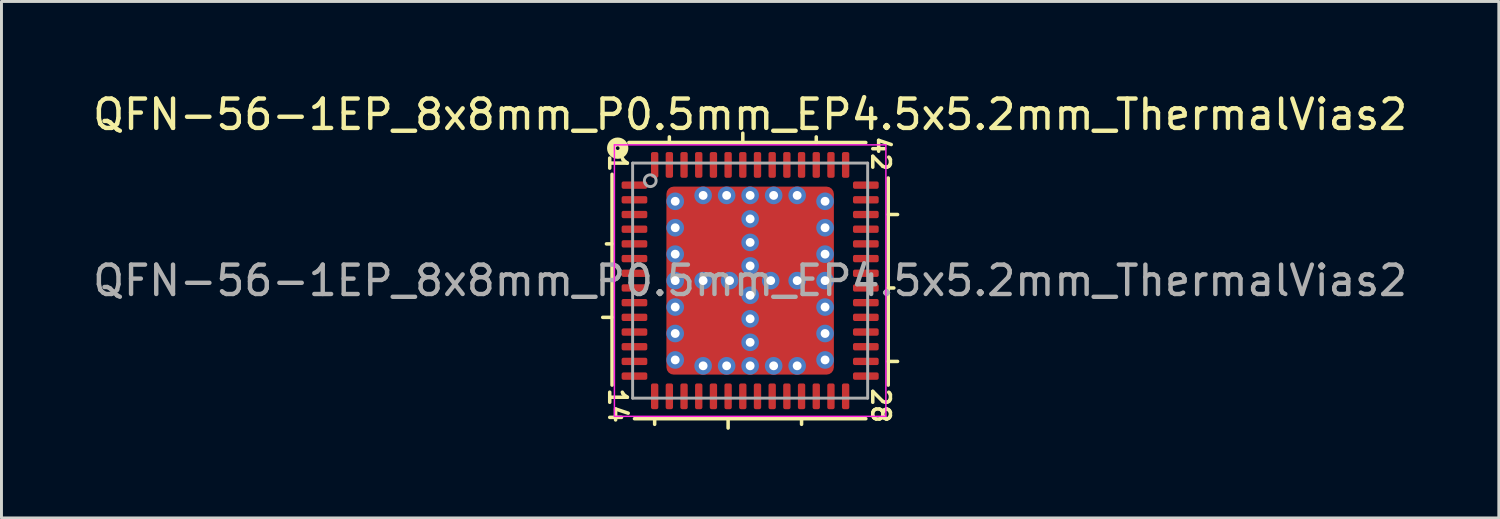
<source format=kicad_pcb>
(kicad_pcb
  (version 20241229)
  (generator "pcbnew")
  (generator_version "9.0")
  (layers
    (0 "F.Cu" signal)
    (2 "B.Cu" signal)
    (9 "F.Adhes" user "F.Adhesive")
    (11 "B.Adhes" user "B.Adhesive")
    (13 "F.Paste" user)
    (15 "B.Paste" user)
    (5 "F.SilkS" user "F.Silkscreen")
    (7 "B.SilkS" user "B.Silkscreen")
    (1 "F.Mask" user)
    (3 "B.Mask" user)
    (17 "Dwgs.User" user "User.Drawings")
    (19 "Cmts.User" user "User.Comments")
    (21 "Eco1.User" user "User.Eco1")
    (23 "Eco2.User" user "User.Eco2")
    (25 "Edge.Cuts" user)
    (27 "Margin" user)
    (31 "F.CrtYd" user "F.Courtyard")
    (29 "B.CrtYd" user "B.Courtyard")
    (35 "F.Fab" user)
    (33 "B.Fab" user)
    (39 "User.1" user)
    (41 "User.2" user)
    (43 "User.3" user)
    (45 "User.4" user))
  (footprint "QFN-56-1EP_8x8mm_P0.5mm_EP4.5x5.2mm_ThermalVias2"
    (layer "F.Cu")
    (at 22.482 6.501)
    (property "Reference" "QFN-56-1EP_8x8mm_P0.5mm_EP4.5x5.2mm_ThermalVias2" (at 0 -5.652 0) (layer "F.SilkS") (effects (font (size 1 1) (thickness 0.15))))
    (attr smd)
    (fp_line (start -4.7 -3.619) (end -4.7 3.556) (stroke (width 0.12) (type solid)) (layer "F.SilkS"))
    (fp_line (start -4.7 -1.25) (end -4.891 -1.25) (stroke (width 0.12) (type solid)) (layer "F.SilkS"))
    (fp_line (start -4.7 1.25) (end -5.018 1.25) (stroke (width 0.12) (type solid)) (layer "F.SilkS"))
    (fp_line (start -3.937 4.7) (end 3.937 4.7) (stroke (width 0.12) (type solid)) (layer "F.SilkS"))
    (fp_line (start -3.25 4.891) (end -3.25 4.7) (stroke (width 0.12) (type solid)) (layer "F.SilkS"))
    (fp_line (start -2.75 -4.7) (end -2.75 -4.891) (stroke (width 0.12) (type solid)) (layer "F.SilkS"))
    (fp_line (start -0.75 5.018) (end -0.75 4.7) (stroke (width 0.12) (type solid)) (layer "F.SilkS"))
    (fp_line (start -0.25 -4.7) (end -0.25 -5.018) (stroke (width 0.12) (type solid)) (layer "F.SilkS"))
    (fp_line (start 1.75 4.891) (end 1.75 4.7) (stroke (width 0.12) (type solid)) (layer "F.SilkS"))
    (fp_line (start 2.25 -4.7) (end 2.25 -4.891) (stroke (width 0.12) (type solid)) (layer "F.SilkS"))
    (fp_line (start 3.937 -4.7) (end -4.128 -4.7) (stroke (width 0.12) (type solid)) (layer "F.SilkS"))
    (fp_line (start 4.7 -2.25) (end 5.018 -2.25) (stroke (width 0.12) (type solid)) (layer "F.SilkS"))
    (fp_line (start 4.7 0.25) (end 4.891 0.25) (stroke (width 0.12) (type solid)) (layer "F.SilkS"))
    (fp_line (start 4.7 2.75) (end 5.018 2.75) (stroke (width 0.12) (type solid)) (layer "F.SilkS"))
    (fp_line (start 4.7 3.556) (end 4.7 -3.493) (stroke (width 0.12) (type solid)) (layer "F.SilkS"))
    (fp_circle (center -4.508 -4.508) (end -4.445 -4.508) (stroke (width 0.3) (type solid)) (fill no) (layer "F.SilkS"))
    (fp_line (start -4.62 -4.62) (end -4.62 4.62) (stroke (width 0.05) (type solid)) (layer "F.CrtYd"))
    (fp_line (start -4.62 4.62) (end 4.62 4.62) (stroke (width 0.05) (type solid)) (layer "F.CrtYd"))
    (fp_line (start 4.62 -4.62) (end -4.62 -4.62) (stroke (width 0.05) (type solid)) (layer "F.CrtYd"))
    (fp_line (start 4.62 4.62) (end 4.62 -4.62) (stroke (width 0.05) (type solid)) (layer "F.CrtYd"))
    (fp_line (start -4 -4) (end 4 -4) (stroke (width 0.1) (type solid)) (layer "F.Fab"))
    (fp_line (start -4 4) (end -4 -4) (stroke (width 0.1) (type solid)) (layer "F.Fab"))
    (fp_line (start 4 -4) (end 4 4) (stroke (width 0.1) (type solid)) (layer "F.Fab"))
    (fp_line (start 4 4) (end -4 4) (stroke (width 0.1) (type solid)) (layer "F.Fab"))
    (fp_circle (center -3.4 -3.4) (end -3.2 -3.4) (stroke (width 0.1) (type solid)) (fill no) (layer "F.Fab"))
    (fp_text user "1" (at -4.508 -4 270) (unlocked yes) (layer "F.SilkS") (effects (font (size 0.6 0.6) (thickness 0.12))))
    (fp_text user "14" (at -4.508 4.255 270) (unlocked yes) (layer "F.SilkS") (effects (font (size 0.6 0.6) (thickness 0.12))))
    (fp_text user "42" (at 4.445 -4.318 270) (unlocked yes) (layer "F.SilkS") (effects (font (size 0.6 0.6) (thickness 0.12))))
    (fp_text user "28" (at 4.445 4.255 270) (unlocked yes) (layer "F.SilkS") (effects (font (size 0.6 0.6) (thickness 0.12))))
    (fp_text user "${REFERENCE}" (at 0 0 0) (layer "F.Fab") (effects (font (size 1 1) (thickness 0.15))))
    (pad "" smd roundrect (at -1.75 -2) (size 0.7 0.9) (layers "F.Paste") (roundrect_rratio 0.25))
    (pad "" smd roundrect (at -1.75 -0.875) (size 0.7 0.85) (layers "F.Paste") (roundrect_rratio 0.25))
    (pad "" smd roundrect (at -1.75 0.9) (size 0.7 0.9) (layers "F.Paste") (roundrect_rratio 0.25))
    (pad "" smd roundrect (at -1.75 2.025) (size 0.7 0.85) (layers "F.Paste") (roundrect_rratio 0.25))
    (pad "" smd roundrect (at -1.275 -1.45 270) (size 2.3 1.95) (layers "F.Mask") (roundrect_rratio 0.128))
    (pad "" smd roundrect (at -1.275 1.45 270) (size 2.3 1.95) (layers "F.Mask") (roundrect_rratio 0.128))
    (pad "" smd roundrect (at -0.8 -2) (size 0.7 0.9) (layers "F.Paste") (roundrect_rratio 0.25))
    (pad "" smd roundrect (at -0.8 -0.875) (size 0.7 0.85) (layers "F.Paste") (roundrect_rratio 0.25))
    (pad "" smd roundrect (at -0.8 0.9) (size 0.7 0.9) (layers "F.Paste") (roundrect_rratio 0.25))
    (pad "" smd roundrect (at -0.8 2.025) (size 0.7 0.85) (layers "F.Paste") (roundrect_rratio 0.25))
    (pad "" smd roundrect (at 0.8 -2) (size 0.7 0.9) (layers "F.Paste") (roundrect_rratio 0.25))
    (pad "" smd roundrect (at 0.8 -0.875) (size 0.7 0.85) (layers "F.Paste") (roundrect_rratio 0.25))
    (pad "" smd roundrect (at 0.8 0.9) (size 0.7 0.9) (layers "F.Paste") (roundrect_rratio 0.25))
    (pad "" smd roundrect (at 0.8 2.025) (size 0.7 0.85) (layers "F.Paste") (roundrect_rratio 0.25))
    (pad "" smd roundrect (at 1.275 -1.45 270) (size 2.3 1.95) (layers "F.Mask") (roundrect_rratio 0.128))
    (pad "" smd roundrect (at 1.275 1.45 270) (size 2.3 1.95) (layers "F.Mask") (roundrect_rratio 0.128))
    (pad "" smd roundrect (at 1.75 -2) (size 0.7 0.9) (layers "F.Paste") (roundrect_rratio 0.25))
    (pad "" smd roundrect (at 1.75 -0.875) (size 0.7 0.85) (layers "F.Paste") (roundrect_rratio 0.25))
    (pad "" smd roundrect (at 1.75 0.9) (size 0.7 0.9) (layers "F.Paste") (roundrect_rratio 0.25))
    (pad "" smd roundrect (at 1.75 2.025) (size 0.7 0.85) (layers "F.Paste") (roundrect_rratio 0.25))
    (pad "1" smd roundrect (at -3.938 -3.25) (size 0.875 0.25) (layers "F.Cu" "F.Mask" "F.Paste") (roundrect_rratio 0.25))
    (pad "2" smd roundrect (at -3.938 -2.75) (size 0.875 0.25) (layers "F.Cu" "F.Mask" "F.Paste") (roundrect_rratio 0.25))
    (pad "3" smd roundrect (at -3.938 -2.25) (size 0.875 0.25) (layers "F.Cu" "F.Mask" "F.Paste") (roundrect_rratio 0.25))
    (pad "4" smd roundrect (at -3.938 -1.75) (size 0.875 0.25) (layers "F.Cu" "F.Mask" "F.Paste") (roundrect_rratio 0.25))
    (pad "5" smd roundrect (at -3.938 -1.25) (size 0.875 0.25) (layers "F.Cu" "F.Mask" "F.Paste") (roundrect_rratio 0.25))
    (pad "6" smd roundrect (at -3.938 -0.75) (size 0.875 0.25) (layers "F.Cu" "F.Mask" "F.Paste") (roundrect_rratio 0.25))
    (pad "7" smd roundrect (at -3.938 -0.25) (size 0.875 0.25) (layers "F.Cu" "F.Mask" "F.Paste") (roundrect_rratio 0.25))
    (pad "8" smd roundrect (at -3.938 0.25) (size 0.875 0.25) (layers "F.Cu" "F.Mask" "F.Paste") (roundrect_rratio 0.25))
    (pad "9" smd roundrect (at -3.938 0.75) (size 0.875 0.25) (layers "F.Cu" "F.Mask" "F.Paste") (roundrect_rratio 0.25))
    (pad "10" smd roundrect (at -3.938 1.25) (size 0.875 0.25) (layers "F.Cu" "F.Mask" "F.Paste") (roundrect_rratio 0.25))
    (pad "11" smd roundrect (at -3.938 1.75) (size 0.875 0.25) (layers "F.Cu" "F.Mask" "F.Paste") (roundrect_rratio 0.25))
    (pad "12" smd roundrect (at -3.938 2.25) (size 0.875 0.25) (layers "F.Cu" "F.Mask" "F.Paste") (roundrect_rratio 0.25))
    (pad "13" smd roundrect (at -3.938 2.75) (size 0.875 0.25) (layers "F.Cu" "F.Mask" "F.Paste") (roundrect_rratio 0.25))
    (pad "14" smd roundrect (at -3.938 3.25) (size 0.875 0.25) (layers "F.Cu" "F.Mask" "F.Paste") (roundrect_rratio 0.25))
    (pad "15" smd roundrect (at -3.25 3.938) (size 0.25 0.875) (layers "F.Cu" "F.Mask" "F.Paste") (roundrect_rratio 0.25))
    (pad "16" smd roundrect (at -2.75 3.938) (size 0.25 0.875) (layers "F.Cu" "F.Mask" "F.Paste") (roundrect_rratio 0.25))
    (pad "17" smd roundrect (at -2.25 3.938) (size 0.25 0.875) (layers "F.Cu" "F.Mask" "F.Paste") (roundrect_rratio 0.25))
    (pad "18" smd roundrect (at -1.75 3.938) (size 0.25 0.875) (layers "F.Cu" "F.Mask" "F.Paste") (roundrect_rratio 0.25))
    (pad "19" smd roundrect (at -1.25 3.938) (size 0.25 0.875) (layers "F.Cu" "F.Mask" "F.Paste") (roundrect_rratio 0.25))
    (pad "20" smd roundrect (at -0.75 3.938) (size 0.25 0.875) (layers "F.Cu" "F.Mask" "F.Paste") (roundrect_rratio 0.25))
    (pad "21" smd roundrect (at -0.25 3.938) (size 0.25 0.875) (layers "F.Cu" "F.Mask" "F.Paste") (roundrect_rratio 0.25))
    (pad "22" smd roundrect (at 0.25 3.938) (size 0.25 0.875) (layers "F.Cu" "F.Mask" "F.Paste") (roundrect_rratio 0.25))
    (pad "23" smd roundrect (at 0.75 3.938) (size 0.25 0.875) (layers "F.Cu" "F.Mask" "F.Paste") (roundrect_rratio 0.25))
    (pad "24" smd roundrect (at 1.25 3.938) (size 0.25 0.875) (layers "F.Cu" "F.Mask" "F.Paste") (roundrect_rratio 0.25))
    (pad "25" smd roundrect (at 1.75 3.938) (size 0.25 0.875) (layers "F.Cu" "F.Mask" "F.Paste") (roundrect_rratio 0.25))
    (pad "26" smd roundrect (at 2.25 3.938) (size 0.25 0.875) (layers "F.Cu" "F.Mask" "F.Paste") (roundrect_rratio 0.25))
    (pad "27" smd roundrect (at 2.75 3.938) (size 0.25 0.875) (layers "F.Cu" "F.Mask" "F.Paste") (roundrect_rratio 0.25))
    (pad "28" smd roundrect (at 3.25 3.938) (size 0.25 0.875) (layers "F.Cu" "F.Mask" "F.Paste") (roundrect_rratio 0.25))
    (pad "29" smd roundrect (at 3.938 3.25) (size 0.875 0.25) (layers "F.Cu" "F.Mask" "F.Paste") (roundrect_rratio 0.25))
    (pad "30" smd roundrect (at 3.938 2.75) (size 0.875 0.25) (layers "F.Cu" "F.Mask" "F.Paste") (roundrect_rratio 0.25))
    (pad "31" smd roundrect (at 3.938 2.25) (size 0.875 0.25) (layers "F.Cu" "F.Mask" "F.Paste") (roundrect_rratio 0.25))
    (pad "32" smd roundrect (at 3.938 1.75) (size 0.875 0.25) (layers "F.Cu" "F.Mask" "F.Paste") (roundrect_rratio 0.25))
    (pad "33" smd roundrect (at 3.938 1.25) (size 0.875 0.25) (layers "F.Cu" "F.Mask" "F.Paste") (roundrect_rratio 0.25))
    (pad "34" smd roundrect (at 3.938 0.75) (size 0.875 0.25) (layers "F.Cu" "F.Mask" "F.Paste") (roundrect_rratio 0.25))
    (pad "35" smd roundrect (at 3.938 0.25) (size 0.875 0.25) (layers "F.Cu" "F.Mask" "F.Paste") (roundrect_rratio 0.25))
    (pad "36" smd roundrect (at 3.938 -0.25) (size 0.875 0.25) (layers "F.Cu" "F.Mask" "F.Paste") (roundrect_rratio 0.25))
    (pad "37" smd roundrect (at 3.938 -0.75) (size 0.875 0.25) (layers "F.Cu" "F.Mask" "F.Paste") (roundrect_rratio 0.25))
    (pad "38" smd roundrect (at 3.938 -1.25) (size 0.875 0.25) (layers "F.Cu" "F.Mask" "F.Paste") (roundrect_rratio 0.25))
    (pad "39" smd roundrect (at 3.938 -1.75) (size 0.875 0.25) (layers "F.Cu" "F.Mask" "F.Paste") (roundrect_rratio 0.25))
    (pad "40" smd roundrect (at 3.938 -2.25) (size 0.875 0.25) (layers "F.Cu" "F.Mask" "F.Paste") (roundrect_rratio 0.25))
    (pad "41" smd roundrect (at 3.938 -2.75) (size 0.875 0.25) (layers "F.Cu" "F.Mask" "F.Paste") (roundrect_rratio 0.25))
    (pad "42" smd roundrect (at 3.938 -3.25) (size 0.875 0.25) (layers "F.Cu" "F.Mask" "F.Paste") (roundrect_rratio 0.25))
    (pad "43" smd roundrect (at 3.25 -3.938) (size 0.25 0.875) (layers "F.Cu" "F.Mask" "F.Paste") (roundrect_rratio 0.25))
    (pad "44" smd roundrect (at 2.75 -3.938) (size 0.25 0.875) (layers "F.Cu" "F.Mask" "F.Paste") (roundrect_rratio 0.25))
    (pad "45" smd roundrect (at 2.25 -3.938) (size 0.25 0.875) (layers "F.Cu" "F.Mask" "F.Paste") (roundrect_rratio 0.25))
    (pad "46" smd roundrect (at 1.75 -3.938) (size 0.25 0.875) (layers "F.Cu" "F.Mask" "F.Paste") (roundrect_rratio 0.25))
    (pad "47" smd roundrect (at 1.25 -3.938) (size 0.25 0.875) (layers "F.Cu" "F.Mask" "F.Paste") (roundrect_rratio 0.25))
    (pad "48" smd roundrect (at 0.75 -3.938) (size 0.25 0.875) (layers "F.Cu" "F.Mask" "F.Paste") (roundrect_rratio 0.25))
    (pad "49" smd roundrect (at 0.25 -3.938) (size 0.25 0.875) (layers "F.Cu" "F.Mask" "F.Paste") (roundrect_rratio 0.25))
    (pad "50" smd roundrect (at -0.25 -3.938) (size 0.25 0.875) (layers "F.Cu" "F.Mask" "F.Paste") (roundrect_rratio 0.25))
    (pad "51" smd roundrect (at -0.75 -3.938) (size 0.25 0.875) (layers "F.Cu" "F.Mask" "F.Paste") (roundrect_rratio 0.25))
    (pad "52" smd roundrect (at -1.25 -3.938) (size 0.25 0.875) (layers "F.Cu" "F.Mask" "F.Paste") (roundrect_rratio 0.25))
    (pad "53" smd roundrect (at -1.75 -3.938) (size 0.25 0.875) (layers "F.Cu" "F.Mask" "F.Paste") (roundrect_rratio 0.25))
    (pad "54" smd roundrect (at -2.25 -3.938) (size 0.25 0.875) (layers "F.Cu" "F.Mask" "F.Paste") (roundrect_rratio 0.25))
    (pad "55" smd roundrect (at -2.75 -3.938) (size 0.25 0.875) (layers "F.Cu" "F.Mask" "F.Paste") (roundrect_rratio 0.25))
    (pad "56" smd roundrect (at -3.25 -3.938) (size 0.25 0.875) (layers "F.Cu" "F.Mask" "F.Paste") (roundrect_rratio 0.25))
    (pad "57" thru_hole circle (at -2.55 -2.7) (size 0.6 0.6) (drill 0.3) (property pad_prop_heatsink) (layers "*.Cu" "*.Mask"))
    (pad "57" thru_hole circle (at -2.55 -1.8) (size 0.6 0.6) (drill 0.3) (property pad_prop_heatsink) (layers "*.Cu" "*.Mask"))
    (pad "57" thru_hole circle (at -2.55 -0.9) (size 0.6 0.6) (drill 0.3) (property pad_prop_heatsink) (layers "*.Cu" "*.Mask"))
    (pad "57" thru_hole circle (at -2.55 0) (size 0.6 0.6) (drill 0.3) (property pad_prop_heatsink) (layers "*.Cu" "*.Mask"))
    (pad "57" thru_hole circle (at -2.55 0.9) (size 0.6 0.6) (drill 0.3) (property pad_prop_heatsink) (layers "*.Cu" "*.Mask"))
    (pad "57" thru_hole circle (at -2.55 1.8) (size 0.6 0.6) (drill 0.3) (property pad_prop_heatsink) (layers "*.Cu" "*.Mask"))
    (pad "57" thru_hole circle (at -2.55 2.7) (size 0.6 0.6) (drill 0.3) (property pad_prop_heatsink) (layers "*.Cu" "*.Mask"))
    (pad "57" thru_hole circle (at -1.6 -2.9) (size 0.6 0.6) (drill 0.3) (property pad_prop_heatsink) (layers "*.Cu" "*.Mask"))
    (pad "57" thru_hole circle (at -1.6 0) (size 0.6 0.6) (drill 0.3) (property pad_prop_heatsink) (layers "*.Cu" "*.Mask"))
    (pad "57" thru_hole circle (at -1.6 2.9) (size 0.6 0.6) (drill 0.3) (property pad_prop_heatsink) (layers "*.Cu" "*.Mask"))
    (pad "57" thru_hole circle (at -0.8 -2.9) (size 0.6 0.6) (drill 0.3) (property pad_prop_heatsink) (layers "*.Cu" "*.Mask"))
    (pad "57" thru_hole circle (at -0.8 2.9) (size 0.6 0.6) (drill 0.3) (property pad_prop_heatsink) (layers "*.Cu" "*.Mask"))
    (pad "57" thru_hole circle (at -0.7 0) (size 0.6 0.6) (drill 0.3) (property pad_prop_heatsink) (layers "*.Cu" "*.Mask"))
    (pad "57" thru_hole circle (at 0 -2.9) (size 0.6 0.6) (drill 0.3) (property pad_prop_heatsink) (layers "*.Cu" "*.Mask"))
    (pad "57" thru_hole circle (at 0 -2.1) (size 0.6 0.6) (drill 0.3) (property pad_prop_heatsink) (layers "*.Cu" "*.Mask"))
    (pad "57" thru_hole circle (at 0 -1.3) (size 0.6 0.6) (drill 0.3) (property pad_prop_heatsink) (layers "*.Cu" "*.Mask"))
    (pad "57" thru_hole circle (at 0 -0.5) (size 0.6 0.6) (drill 0.3) (property pad_prop_heatsink) (layers "*.Cu" "*.Mask"))
    (pad "57" smd roundrect (at 0 0) (size 5.7 6.4) (layers "F.Cu") (roundrect_rratio 0.044))
    (pad "57" thru_hole circle (at 0 0.5) (size 0.6 0.6) (drill 0.3) (property pad_prop_heatsink) (layers "*.Cu" "*.Mask"))
    (pad "57" thru_hole circle (at 0 1.3) (size 0.6 0.6) (drill 0.3) (property pad_prop_heatsink) (layers "*.Cu" "*.Mask"))
    (pad "57" thru_hole circle (at 0 2.1) (size 0.6 0.6) (drill 0.3) (property pad_prop_heatsink) (layers "*.Cu" "*.Mask"))
    (pad "57" thru_hole circle (at 0 2.9) (size 0.6 0.6) (drill 0.3) (property pad_prop_heatsink) (layers "*.Cu" "*.Mask"))
    (pad "57" thru_hole circle (at 0.7 0) (size 0.6 0.6) (drill 0.3) (property pad_prop_heatsink) (layers "*.Cu" "*.Mask"))
    (pad "57" thru_hole circle (at 0.8 -2.9) (size 0.6 0.6) (drill 0.3) (property pad_prop_heatsink) (layers "*.Cu" "*.Mask"))
    (pad "57" thru_hole circle (at 0.8 2.9) (size 0.6 0.6) (drill 0.3) (property pad_prop_heatsink) (layers "*.Cu" "*.Mask"))
    (pad "57" thru_hole circle (at 1.6 -2.9) (size 0.6 0.6) (drill 0.3) (property pad_prop_heatsink) (layers "*.Cu" "*.Mask"))
    (pad "57" thru_hole circle (at 1.6 0) (size 0.6 0.6) (drill 0.3) (property pad_prop_heatsink) (layers "*.Cu" "*.Mask"))
    (pad "57" thru_hole circle (at 1.6 2.9) (size 0.6 0.6) (drill 0.3) (property pad_prop_heatsink) (layers "*.Cu" "*.Mask"))
    (pad "57" thru_hole circle (at 2.55 -2.7) (size 0.6 0.6) (drill 0.3) (property pad_prop_heatsink) (layers "*.Cu" "*.Mask"))
    (pad "57" thru_hole circle (at 2.55 -1.8) (size 0.6 0.6) (drill 0.3) (property pad_prop_heatsink) (layers "*.Cu" "*.Mask"))
    (pad "57" thru_hole circle (at 2.55 -0.9) (size 0.6 0.6) (drill 0.3) (property pad_prop_heatsink) (layers "*.Cu" "*.Mask"))
    (pad "57" thru_hole circle (at 2.55 0) (size 0.6 0.6) (drill 0.3) (property pad_prop_heatsink) (layers "*.Cu" "*.Mask"))
    (pad "57" thru_hole circle (at 2.55 0.9) (size 0.6 0.6) (drill 0.3) (property pad_prop_heatsink) (layers "*.Cu" "*.Mask"))
    (pad "57" thru_hole circle (at 2.55 1.8) (size 0.6 0.6) (drill 0.3) (property pad_prop_heatsink) (layers "*.Cu" "*.Mask"))
    (pad "57" thru_hole circle (at 2.55 2.7) (size 0.6 0.6) (drill 0.3) (property pad_prop_heatsink) (layers "*.Cu" "*.Mask")))
  (gr_rect
    (start -3 -3)
    (end 47.964 14.578)
    (stroke (width 0.1) (type default))
    (fill no)
    (layer "Edge.Cuts")))
</source>
